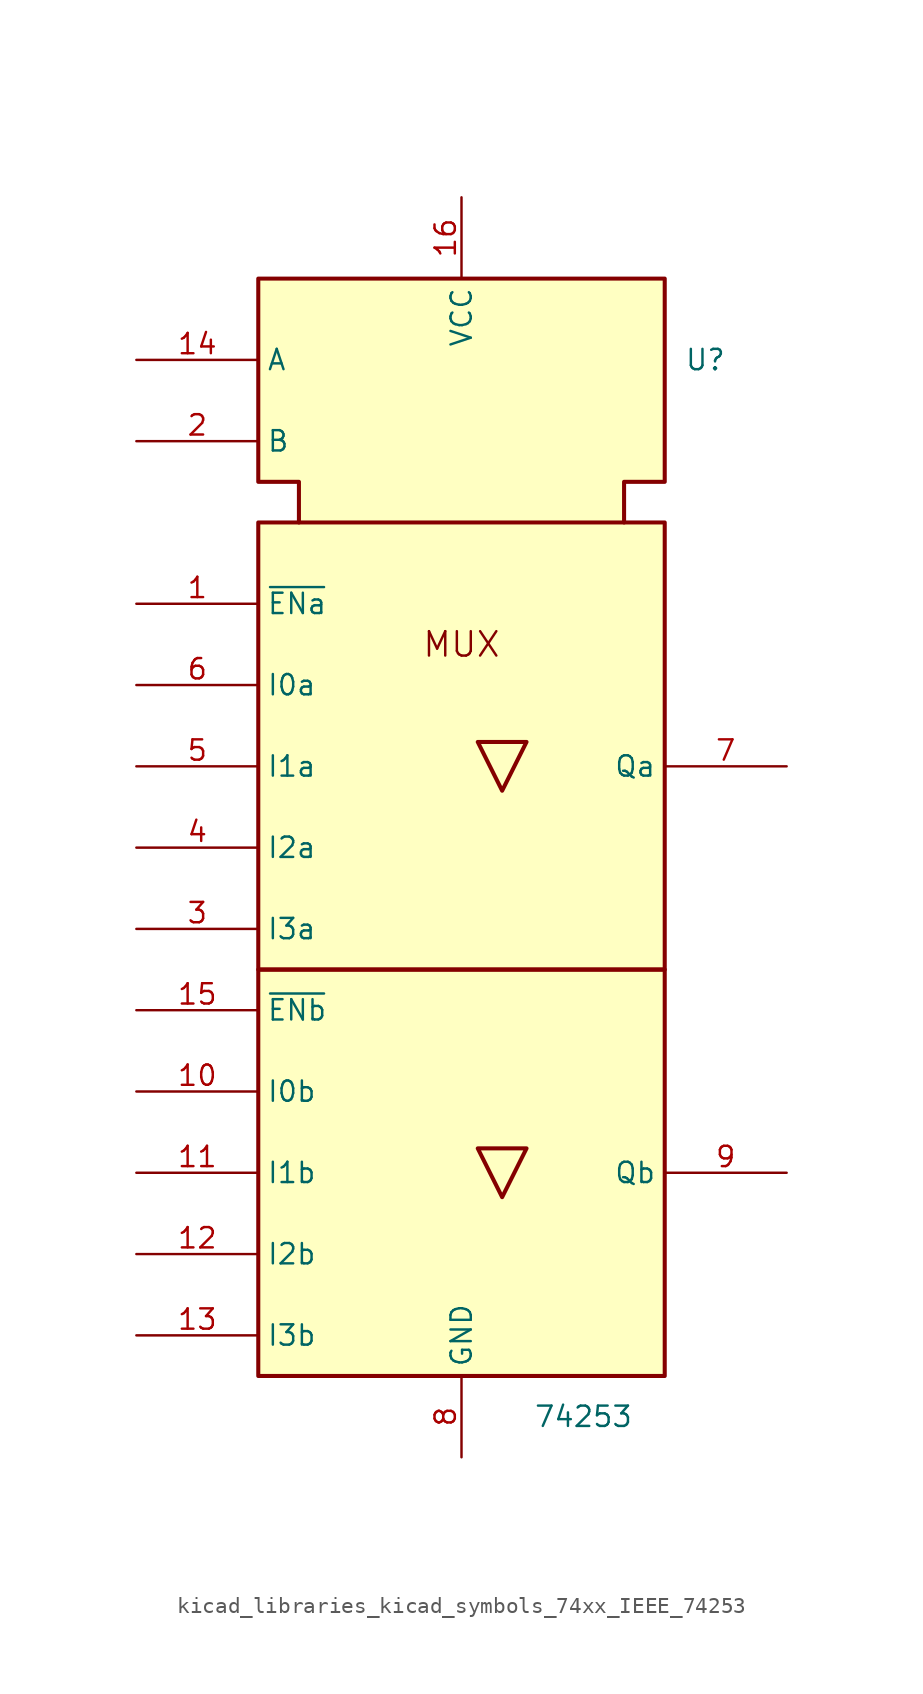
<source format=kicad_sym>
(kicad_symbol_lib
  (version 20220914)
  (generator kicad_symbol_editor)
  (symbol "kicad_libraries_kicad_symbols_74xx_IEEE_74253"
    (property "Reference" "U"
      (at 15.24 33.02 0)
      (effects (font (size 1.27 1.27))))
    (property "Value" "74253"
      (at 7.62 -33.02 0)
      (effects (font (size 1.27 1.27))))
    (symbol "kicad_libraries_kicad_symbols_74xx_IEEE_74253_0_0"
      (rectangle (start -12.7 -5.08) (end 12.7 -30.48) (stroke (width 0.254) (type default)) (fill (type background)))
      (rectangle (start -12.7 22.86) (end 12.7 -5.08) (stroke (width 0.254) (type default)) (fill (type background)))
      (polyline (pts (xy 4.064 -16.256) (xy 1.016 -16.256) (xy 2.54 -19.304) (xy 4.064 -16.256) (xy 4.064 -16.256)) (stroke (width 0.254) (type default)) (fill (type background)))
      (polyline (pts (xy 4.064 9.144) (xy 1.016 9.144) (xy 2.54 6.096) (xy 4.064 9.144) (xy 4.064 9.144)) (stroke (width 0.254) (type default)) (fill (type background)))
      (polyline (pts (xy -10.16 22.86) (xy -10.16 25.4) (xy -12.7 25.4) (xy -12.7 38.1) (xy 12.7 38.1) (xy 12.7 25.4) (xy 10.16 25.4) (xy 10.16 22.86) (xy 10.16 22.86)) (stroke (width 0.254) (type default)) (fill (type background)))
      (text "MUX" (at 0 15.24 0) (effects (font (size 1.524 1.524))))
      (pin power_in line (at 0 43.18 270) (length 5.08) (name "VCC" (effects (font (size 1.27 1.27)))) (number "16" (effects (font (size 1.27 1.27)))))
      (pin power_in line (at 0 -35.56 90) (length 5.08) (name "GND" (effects (font (size 1.27 1.27)))) (number "8" (effects (font (size 1.27 1.27))))))
    (symbol "kicad_libraries_kicad_symbols_74xx_IEEE_74253_1_1"
      (pin input line (at -20.32 17.78 0) (length 7.62) (name "~{ENa}" (effects (font (size 1.27 1.27)))) (number "1" (effects (font (size 1.27 1.27)))))
      (pin input line (at -20.32 -12.7 0) (length 7.62) (name "I0b" (effects (font (size 1.27 1.27)))) (number "10" (effects (font (size 1.27 1.27)))))
      (pin input line (at -20.32 -17.78 0) (length 7.62) (name "I1b" (effects (font (size 1.27 1.27)))) (number "11" (effects (font (size 1.27 1.27)))))
      (pin input line (at -20.32 -22.86 0) (length 7.62) (name "I2b" (effects (font (size 1.27 1.27)))) (number "12" (effects (font (size 1.27 1.27)))))
      (pin input line (at -20.32 -27.94 0) (length 7.62) (name "I3b" (effects (font (size 1.27 1.27)))) (number "13" (effects (font (size 1.27 1.27)))))
      (pin input line (at -20.32 33.02 0) (length 7.62) (name "A" (effects (font (size 1.27 1.27)))) (number "14" (effects (font (size 1.27 1.27)))))
      (pin input line (at -20.32 -7.62 0) (length 7.62) (name "~{ENb}" (effects (font (size 1.27 1.27)))) (number "15" (effects (font (size 1.27 1.27)))))
      (pin input line (at -20.32 27.94 0) (length 7.62) (name "B" (effects (font (size 1.27 1.27)))) (number "2" (effects (font (size 1.27 1.27)))))
      (pin input line (at -20.32 -2.54 0) (length 7.62) (name "I3a" (effects (font (size 1.27 1.27)))) (number "3" (effects (font (size 1.27 1.27)))))
      (pin input line (at -20.32 2.54 0) (length 7.62) (name "I2a" (effects (font (size 1.27 1.27)))) (number "4" (effects (font (size 1.27 1.27)))))
      (pin input line (at -20.32 7.62 0) (length 7.62) (name "I1a" (effects (font (size 1.27 1.27)))) (number "5" (effects (font (size 1.27 1.27)))))
      (pin input line (at -20.32 12.7 0) (length 7.62) (name "I0a" (effects (font (size 1.27 1.27)))) (number "6" (effects (font (size 1.27 1.27)))))
      (pin tri_state line (at 20.32 7.62 180) (length 7.62) (name "Qa" (effects (font (size 1.27 1.27)))) (number "7" (effects (font (size 1.27 1.27)))))
      (pin tri_state line (at 20.32 -17.78 180) (length 7.62) (name "Qb" (effects (font (size 1.27 1.27)))) (number "9" (effects (font (size 1.27 1.27))))))))
</source>
